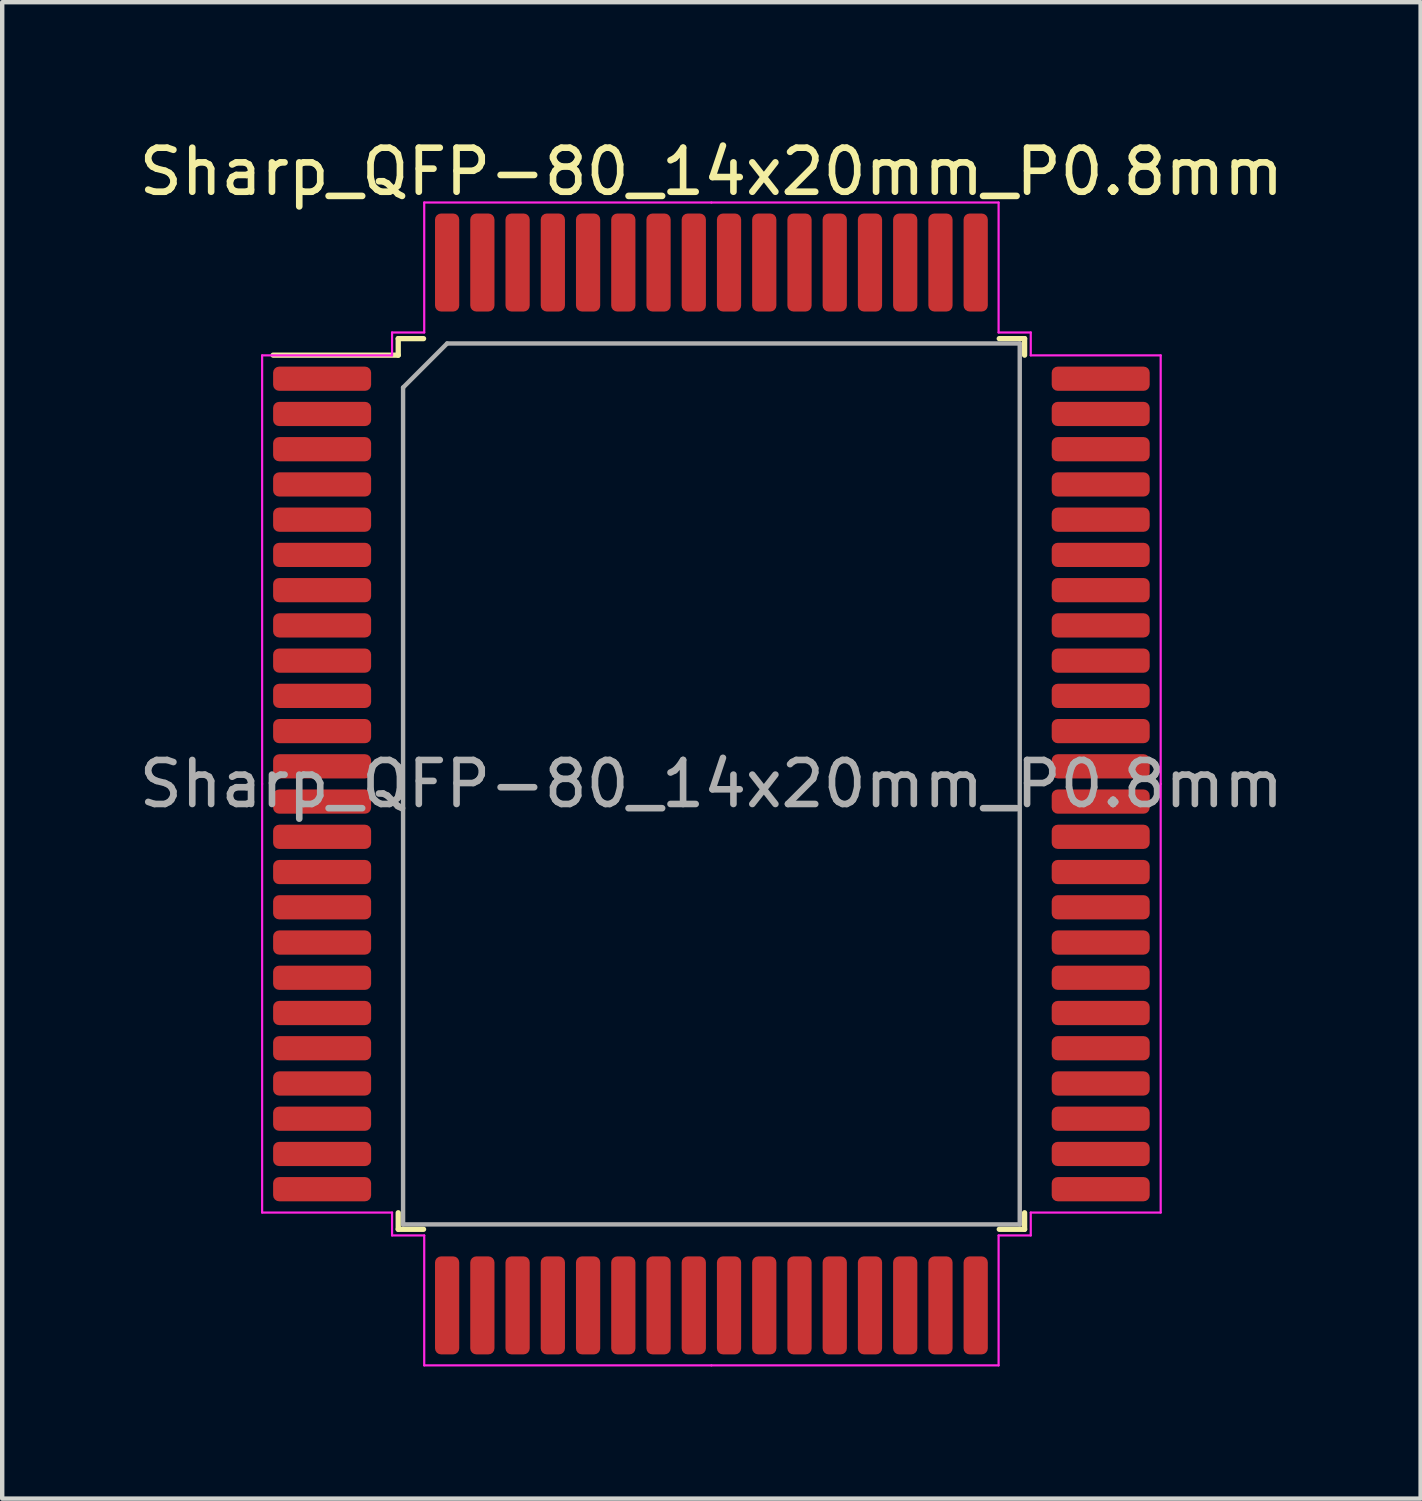
<source format=kicad_pcb>
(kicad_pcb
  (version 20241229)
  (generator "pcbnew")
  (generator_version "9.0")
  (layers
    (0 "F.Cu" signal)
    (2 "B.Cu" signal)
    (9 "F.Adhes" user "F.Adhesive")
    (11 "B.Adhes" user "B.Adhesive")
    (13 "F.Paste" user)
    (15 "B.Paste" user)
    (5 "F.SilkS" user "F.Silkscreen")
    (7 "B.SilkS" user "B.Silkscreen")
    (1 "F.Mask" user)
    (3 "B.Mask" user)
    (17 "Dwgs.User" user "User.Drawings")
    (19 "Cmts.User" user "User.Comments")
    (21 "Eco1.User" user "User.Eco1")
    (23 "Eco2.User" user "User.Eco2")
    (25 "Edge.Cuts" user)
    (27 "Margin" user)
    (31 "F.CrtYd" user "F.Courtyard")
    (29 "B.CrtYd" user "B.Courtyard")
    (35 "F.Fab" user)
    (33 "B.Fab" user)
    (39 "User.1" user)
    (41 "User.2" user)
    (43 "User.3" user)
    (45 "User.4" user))
  (footprint "Sharp_QFP-80_14x20mm_P0.8mm"
    (layer "F.Cu")
    (at 13.101 14.748)
    (property "Reference" "Sharp_QFP-80_14x20mm_P0.8mm" (at 0 -13.9 0) (layer "F.SilkS") (effects (font (size 1 1) (thickness 0.15))))
    (attr smd)
    (fp_line (start -7.11 -10.11) (end -7.11 -9.735) (stroke (width 0.12) (type solid)) (layer "F.SilkS"))
    (fp_line (start -7.11 -9.735) (end -9.95 -9.735) (stroke (width 0.12) (type solid)) (layer "F.SilkS"))
    (fp_line (start -7.11 10.11) (end -7.11 9.735) (stroke (width 0.12) (type solid)) (layer "F.SilkS"))
    (fp_line (start -6.535 -10.11) (end -7.11 -10.11) (stroke (width 0.12) (type solid)) (layer "F.SilkS"))
    (fp_line (start -6.535 10.11) (end -7.11 10.11) (stroke (width 0.12) (type solid)) (layer "F.SilkS"))
    (fp_line (start 6.535 -10.11) (end 7.11 -10.11) (stroke (width 0.12) (type solid)) (layer "F.SilkS"))
    (fp_line (start 6.535 10.11) (end 7.11 10.11) (stroke (width 0.12) (type solid)) (layer "F.SilkS"))
    (fp_line (start 7.11 -10.11) (end 7.11 -9.735) (stroke (width 0.12) (type solid)) (layer "F.SilkS"))
    (fp_line (start 7.11 10.11) (end 7.11 9.735) (stroke (width 0.12) (type solid)) (layer "F.SilkS"))
    (fp_line (start -10.2 -9.73) (end -10.2 0) (stroke (width 0.05) (type solid)) (layer "F.CrtYd"))
    (fp_line (start -10.2 9.73) (end -10.2 0) (stroke (width 0.05) (type solid)) (layer "F.CrtYd"))
    (fp_line (start -7.25 -10.25) (end -7.25 -9.73) (stroke (width 0.05) (type solid)) (layer "F.CrtYd"))
    (fp_line (start -7.25 -9.73) (end -10.2 -9.73) (stroke (width 0.05) (type solid)) (layer "F.CrtYd"))
    (fp_line (start -7.25 9.73) (end -10.2 9.73) (stroke (width 0.05) (type solid)) (layer "F.CrtYd"))
    (fp_line (start -7.25 10.25) (end -7.25 9.73) (stroke (width 0.05) (type solid)) (layer "F.CrtYd"))
    (fp_line (start -6.52 -13.2) (end -6.52 -10.25) (stroke (width 0.05) (type solid)) (layer "F.CrtYd"))
    (fp_line (start -6.52 -10.25) (end -7.25 -10.25) (stroke (width 0.05) (type solid)) (layer "F.CrtYd"))
    (fp_line (start -6.52 10.25) (end -7.25 10.25) (stroke (width 0.05) (type solid)) (layer "F.CrtYd"))
    (fp_line (start -6.52 13.2) (end -6.52 10.25) (stroke (width 0.05) (type solid)) (layer "F.CrtYd"))
    (fp_line (start 0 -13.2) (end -6.52 -13.2) (stroke (width 0.05) (type solid)) (layer "F.CrtYd"))
    (fp_line (start 0 -13.2) (end 6.52 -13.2) (stroke (width 0.05) (type solid)) (layer "F.CrtYd"))
    (fp_line (start 0 13.2) (end -6.52 13.2) (stroke (width 0.05) (type solid)) (layer "F.CrtYd"))
    (fp_line (start 0 13.2) (end 6.52 13.2) (stroke (width 0.05) (type solid)) (layer "F.CrtYd"))
    (fp_line (start 6.52 -13.2) (end 6.52 -10.25) (stroke (width 0.05) (type solid)) (layer "F.CrtYd"))
    (fp_line (start 6.52 -10.25) (end 7.25 -10.25) (stroke (width 0.05) (type solid)) (layer "F.CrtYd"))
    (fp_line (start 6.52 10.25) (end 7.25 10.25) (stroke (width 0.05) (type solid)) (layer "F.CrtYd"))
    (fp_line (start 6.52 13.2) (end 6.52 10.25) (stroke (width 0.05) (type solid)) (layer "F.CrtYd"))
    (fp_line (start 7.25 -10.25) (end 7.25 -9.73) (stroke (width 0.05) (type solid)) (layer "F.CrtYd"))
    (fp_line (start 7.25 -9.73) (end 10.2 -9.73) (stroke (width 0.05) (type solid)) (layer "F.CrtYd"))
    (fp_line (start 7.25 9.73) (end 10.2 9.73) (stroke (width 0.05) (type solid)) (layer "F.CrtYd"))
    (fp_line (start 7.25 10.25) (end 7.25 9.73) (stroke (width 0.05) (type solid)) (layer "F.CrtYd"))
    (fp_line (start 10.2 -9.73) (end 10.2 0) (stroke (width 0.05) (type solid)) (layer "F.CrtYd"))
    (fp_line (start 10.2 9.73) (end 10.2 0) (stroke (width 0.05) (type solid)) (layer "F.CrtYd"))
    (fp_line (start -7 -9) (end -6 -10) (stroke (width 0.1) (type solid)) (layer "F.Fab"))
    (fp_line (start -7 10) (end -7 -9) (stroke (width 0.1) (type solid)) (layer "F.Fab"))
    (fp_line (start -6 -10) (end 7 -10) (stroke (width 0.1) (type solid)) (layer "F.Fab"))
    (fp_line (start 7 -10) (end 7 10) (stroke (width 0.1) (type solid)) (layer "F.Fab"))
    (fp_line (start 7 10) (end -7 10) (stroke (width 0.1) (type solid)) (layer "F.Fab"))
    (fp_text user "${REFERENCE}" (at 0 0 0) (layer "F.Fab") (effects (font (size 1 1) (thickness 0.15))))
    (pad "1" smd roundrect (at -8.838 -9.2) (size 2.225 0.55) (layers "F.Cu" "F.Mask" "F.Paste") (roundrect_rratio 0.25))
    (pad "2" smd roundrect (at -8.838 -8.4) (size 2.225 0.55) (layers "F.Cu" "F.Mask" "F.Paste") (roundrect_rratio 0.25))
    (pad "3" smd roundrect (at -8.838 -7.6) (size 2.225 0.55) (layers "F.Cu" "F.Mask" "F.Paste") (roundrect_rratio 0.25))
    (pad "4" smd roundrect (at -8.838 -6.8) (size 2.225 0.55) (layers "F.Cu" "F.Mask" "F.Paste") (roundrect_rratio 0.25))
    (pad "5" smd roundrect (at -8.838 -6) (size 2.225 0.55) (layers "F.Cu" "F.Mask" "F.Paste") (roundrect_rratio 0.25))
    (pad "6" smd roundrect (at -8.838 -5.2) (size 2.225 0.55) (layers "F.Cu" "F.Mask" "F.Paste") (roundrect_rratio 0.25))
    (pad "7" smd roundrect (at -8.838 -4.4) (size 2.225 0.55) (layers "F.Cu" "F.Mask" "F.Paste") (roundrect_rratio 0.25))
    (pad "8" smd roundrect (at -8.838 -3.6) (size 2.225 0.55) (layers "F.Cu" "F.Mask" "F.Paste") (roundrect_rratio 0.25))
    (pad "9" smd roundrect (at -8.838 -2.8) (size 2.225 0.55) (layers "F.Cu" "F.Mask" "F.Paste") (roundrect_rratio 0.25))
    (pad "10" smd roundrect (at -8.838 -2) (size 2.225 0.55) (layers "F.Cu" "F.Mask" "F.Paste") (roundrect_rratio 0.25))
    (pad "11" smd roundrect (at -8.838 -1.2) (size 2.225 0.55) (layers "F.Cu" "F.Mask" "F.Paste") (roundrect_rratio 0.25))
    (pad "12" smd roundrect (at -8.838 -0.4) (size 2.225 0.55) (layers "F.Cu" "F.Mask" "F.Paste") (roundrect_rratio 0.25))
    (pad "13" smd roundrect (at -8.838 0.4) (size 2.225 0.55) (layers "F.Cu" "F.Mask" "F.Paste") (roundrect_rratio 0.25))
    (pad "14" smd roundrect (at -8.838 1.2) (size 2.225 0.55) (layers "F.Cu" "F.Mask" "F.Paste") (roundrect_rratio 0.25))
    (pad "15" smd roundrect (at -8.838 2) (size 2.225 0.55) (layers "F.Cu" "F.Mask" "F.Paste") (roundrect_rratio 0.25))
    (pad "16" smd roundrect (at -8.838 2.8) (size 2.225 0.55) (layers "F.Cu" "F.Mask" "F.Paste") (roundrect_rratio 0.25))
    (pad "17" smd roundrect (at -8.838 3.6) (size 2.225 0.55) (layers "F.Cu" "F.Mask" "F.Paste") (roundrect_rratio 0.25))
    (pad "18" smd roundrect (at -8.838 4.4) (size 2.225 0.55) (layers "F.Cu" "F.Mask" "F.Paste") (roundrect_rratio 0.25))
    (pad "19" smd roundrect (at -8.838 5.2) (size 2.225 0.55) (layers "F.Cu" "F.Mask" "F.Paste") (roundrect_rratio 0.25))
    (pad "20" smd roundrect (at -8.838 6) (size 2.225 0.55) (layers "F.Cu" "F.Mask" "F.Paste") (roundrect_rratio 0.25))
    (pad "21" smd roundrect (at -8.838 6.8) (size 2.225 0.55) (layers "F.Cu" "F.Mask" "F.Paste") (roundrect_rratio 0.25))
    (pad "22" smd roundrect (at -8.838 7.6) (size 2.225 0.55) (layers "F.Cu" "F.Mask" "F.Paste") (roundrect_rratio 0.25))
    (pad "23" smd roundrect (at -8.838 8.4) (size 2.225 0.55) (layers "F.Cu" "F.Mask" "F.Paste") (roundrect_rratio 0.25))
    (pad "24" smd roundrect (at -8.838 9.2) (size 2.225 0.55) (layers "F.Cu" "F.Mask" "F.Paste") (roundrect_rratio 0.25))
    (pad "25" smd roundrect (at -6 11.838) (size 0.55 2.225) (layers "F.Cu" "F.Mask" "F.Paste") (roundrect_rratio 0.25))
    (pad "26" smd roundrect (at -5.2 11.838) (size 0.55 2.225) (layers "F.Cu" "F.Mask" "F.Paste") (roundrect_rratio 0.25))
    (pad "27" smd roundrect (at -4.4 11.838) (size 0.55 2.225) (layers "F.Cu" "F.Mask" "F.Paste") (roundrect_rratio 0.25))
    (pad "28" smd roundrect (at -3.6 11.838) (size 0.55 2.225) (layers "F.Cu" "F.Mask" "F.Paste") (roundrect_rratio 0.25))
    (pad "29" smd roundrect (at -2.8 11.838) (size 0.55 2.225) (layers "F.Cu" "F.Mask" "F.Paste") (roundrect_rratio 0.25))
    (pad "30" smd roundrect (at -2 11.838) (size 0.55 2.225) (layers "F.Cu" "F.Mask" "F.Paste") (roundrect_rratio 0.25))
    (pad "31" smd roundrect (at -1.2 11.838) (size 0.55 2.225) (layers "F.Cu" "F.Mask" "F.Paste") (roundrect_rratio 0.25))
    (pad "32" smd roundrect (at -0.4 11.838) (size 0.55 2.225) (layers "F.Cu" "F.Mask" "F.Paste") (roundrect_rratio 0.25))
    (pad "33" smd roundrect (at 0.4 11.838) (size 0.55 2.225) (layers "F.Cu" "F.Mask" "F.Paste") (roundrect_rratio 0.25))
    (pad "34" smd roundrect (at 1.2 11.838) (size 0.55 2.225) (layers "F.Cu" "F.Mask" "F.Paste") (roundrect_rratio 0.25))
    (pad "35" smd roundrect (at 2 11.838) (size 0.55 2.225) (layers "F.Cu" "F.Mask" "F.Paste") (roundrect_rratio 0.25))
    (pad "36" smd roundrect (at 2.8 11.838) (size 0.55 2.225) (layers "F.Cu" "F.Mask" "F.Paste") (roundrect_rratio 0.25))
    (pad "37" smd roundrect (at 3.6 11.838) (size 0.55 2.225) (layers "F.Cu" "F.Mask" "F.Paste") (roundrect_rratio 0.25))
    (pad "38" smd roundrect (at 4.4 11.838) (size 0.55 2.225) (layers "F.Cu" "F.Mask" "F.Paste") (roundrect_rratio 0.25))
    (pad "39" smd roundrect (at 5.2 11.838) (size 0.55 2.225) (layers "F.Cu" "F.Mask" "F.Paste") (roundrect_rratio 0.25))
    (pad "40" smd roundrect (at 6 11.838) (size 0.55 2.225) (layers "F.Cu" "F.Mask" "F.Paste") (roundrect_rratio 0.25))
    (pad "41" smd roundrect (at 8.838 9.2) (size 2.225 0.55) (layers "F.Cu" "F.Mask" "F.Paste") (roundrect_rratio 0.25))
    (pad "42" smd roundrect (at 8.838 8.4) (size 2.225 0.55) (layers "F.Cu" "F.Mask" "F.Paste") (roundrect_rratio 0.25))
    (pad "43" smd roundrect (at 8.838 7.6) (size 2.225 0.55) (layers "F.Cu" "F.Mask" "F.Paste") (roundrect_rratio 0.25))
    (pad "44" smd roundrect (at 8.838 6.8) (size 2.225 0.55) (layers "F.Cu" "F.Mask" "F.Paste") (roundrect_rratio 0.25))
    (pad "45" smd roundrect (at 8.838 6) (size 2.225 0.55) (layers "F.Cu" "F.Mask" "F.Paste") (roundrect_rratio 0.25))
    (pad "46" smd roundrect (at 8.838 5.2) (size 2.225 0.55) (layers "F.Cu" "F.Mask" "F.Paste") (roundrect_rratio 0.25))
    (pad "47" smd roundrect (at 8.838 4.4) (size 2.225 0.55) (layers "F.Cu" "F.Mask" "F.Paste") (roundrect_rratio 0.25))
    (pad "48" smd roundrect (at 8.838 3.6) (size 2.225 0.55) (layers "F.Cu" "F.Mask" "F.Paste") (roundrect_rratio 0.25))
    (pad "49" smd roundrect (at 8.838 2.8) (size 2.225 0.55) (layers "F.Cu" "F.Mask" "F.Paste") (roundrect_rratio 0.25))
    (pad "50" smd roundrect (at 8.838 2) (size 2.225 0.55) (layers "F.Cu" "F.Mask" "F.Paste") (roundrect_rratio 0.25))
    (pad "51" smd roundrect (at 8.838 1.2) (size 2.225 0.55) (layers "F.Cu" "F.Mask" "F.Paste") (roundrect_rratio 0.25))
    (pad "52" smd roundrect (at 8.838 0.4) (size 2.225 0.55) (layers "F.Cu" "F.Mask" "F.Paste") (roundrect_rratio 0.25))
    (pad "53" smd roundrect (at 8.838 -0.4) (size 2.225 0.55) (layers "F.Cu" "F.Mask" "F.Paste") (roundrect_rratio 0.25))
    (pad "54" smd roundrect (at 8.838 -1.2) (size 2.225 0.55) (layers "F.Cu" "F.Mask" "F.Paste") (roundrect_rratio 0.25))
    (pad "55" smd roundrect (at 8.838 -2) (size 2.225 0.55) (layers "F.Cu" "F.Mask" "F.Paste") (roundrect_rratio 0.25))
    (pad "56" smd roundrect (at 8.838 -2.8) (size 2.225 0.55) (layers "F.Cu" "F.Mask" "F.Paste") (roundrect_rratio 0.25))
    (pad "57" smd roundrect (at 8.838 -3.6) (size 2.225 0.55) (layers "F.Cu" "F.Mask" "F.Paste") (roundrect_rratio 0.25))
    (pad "58" smd roundrect (at 8.838 -4.4) (size 2.225 0.55) (layers "F.Cu" "F.Mask" "F.Paste") (roundrect_rratio 0.25))
    (pad "59" smd roundrect (at 8.838 -5.2) (size 2.225 0.55) (layers "F.Cu" "F.Mask" "F.Paste") (roundrect_rratio 0.25))
    (pad "60" smd roundrect (at 8.838 -6) (size 2.225 0.55) (layers "F.Cu" "F.Mask" "F.Paste") (roundrect_rratio 0.25))
    (pad "61" smd roundrect (at 8.838 -6.8) (size 2.225 0.55) (layers "F.Cu" "F.Mask" "F.Paste") (roundrect_rratio 0.25))
    (pad "62" smd roundrect (at 8.838 -7.6) (size 2.225 0.55) (layers "F.Cu" "F.Mask" "F.Paste") (roundrect_rratio 0.25))
    (pad "63" smd roundrect (at 8.838 -8.4) (size 2.225 0.55) (layers "F.Cu" "F.Mask" "F.Paste") (roundrect_rratio 0.25))
    (pad "64" smd roundrect (at 8.838 -9.2) (size 2.225 0.55) (layers "F.Cu" "F.Mask" "F.Paste") (roundrect_rratio 0.25))
    (pad "65" smd roundrect (at 6 -11.838) (size 0.55 2.225) (layers "F.Cu" "F.Mask" "F.Paste") (roundrect_rratio 0.25))
    (pad "66" smd roundrect (at 5.2 -11.838) (size 0.55 2.225) (layers "F.Cu" "F.Mask" "F.Paste") (roundrect_rratio 0.25))
    (pad "67" smd roundrect (at 4.4 -11.838) (size 0.55 2.225) (layers "F.Cu" "F.Mask" "F.Paste") (roundrect_rratio 0.25))
    (pad "68" smd roundrect (at 3.6 -11.838) (size 0.55 2.225) (layers "F.Cu" "F.Mask" "F.Paste") (roundrect_rratio 0.25))
    (pad "69" smd roundrect (at 2.8 -11.838) (size 0.55 2.225) (layers "F.Cu" "F.Mask" "F.Paste") (roundrect_rratio 0.25))
    (pad "70" smd roundrect (at 2 -11.838) (size 0.55 2.225) (layers "F.Cu" "F.Mask" "F.Paste") (roundrect_rratio 0.25))
    (pad "71" smd roundrect (at 1.2 -11.838) (size 0.55 2.225) (layers "F.Cu" "F.Mask" "F.Paste") (roundrect_rratio 0.25))
    (pad "72" smd roundrect (at 0.4 -11.838) (size 0.55 2.225) (layers "F.Cu" "F.Mask" "F.Paste") (roundrect_rratio 0.25))
    (pad "73" smd roundrect (at -0.4 -11.838) (size 0.55 2.225) (layers "F.Cu" "F.Mask" "F.Paste") (roundrect_rratio 0.25))
    (pad "74" smd roundrect (at -1.2 -11.838) (size 0.55 2.225) (layers "F.Cu" "F.Mask" "F.Paste") (roundrect_rratio 0.25))
    (pad "75" smd roundrect (at -2 -11.838) (size 0.55 2.225) (layers "F.Cu" "F.Mask" "F.Paste") (roundrect_rratio 0.25))
    (pad "76" smd roundrect (at -2.8 -11.838) (size 0.55 2.225) (layers "F.Cu" "F.Mask" "F.Paste") (roundrect_rratio 0.25))
    (pad "77" smd roundrect (at -3.6 -11.838) (size 0.55 2.225) (layers "F.Cu" "F.Mask" "F.Paste") (roundrect_rratio 0.25))
    (pad "78" smd roundrect (at -4.4 -11.838) (size 0.55 2.225) (layers "F.Cu" "F.Mask" "F.Paste") (roundrect_rratio 0.25))
    (pad "79" smd roundrect (at -5.2 -11.838) (size 0.55 2.225) (layers "F.Cu" "F.Mask" "F.Paste") (roundrect_rratio 0.25))
    (pad "80" smd roundrect (at -6 -11.838) (size 0.55 2.225) (layers "F.Cu" "F.Mask" "F.Paste") (roundrect_rratio 0.25)))
  (gr_rect
    (start -3 -3)
    (end 29.202 30.973)
    (stroke (width 0.1) (type default))
    (fill no)
    (layer "Edge.Cuts")))
</source>
